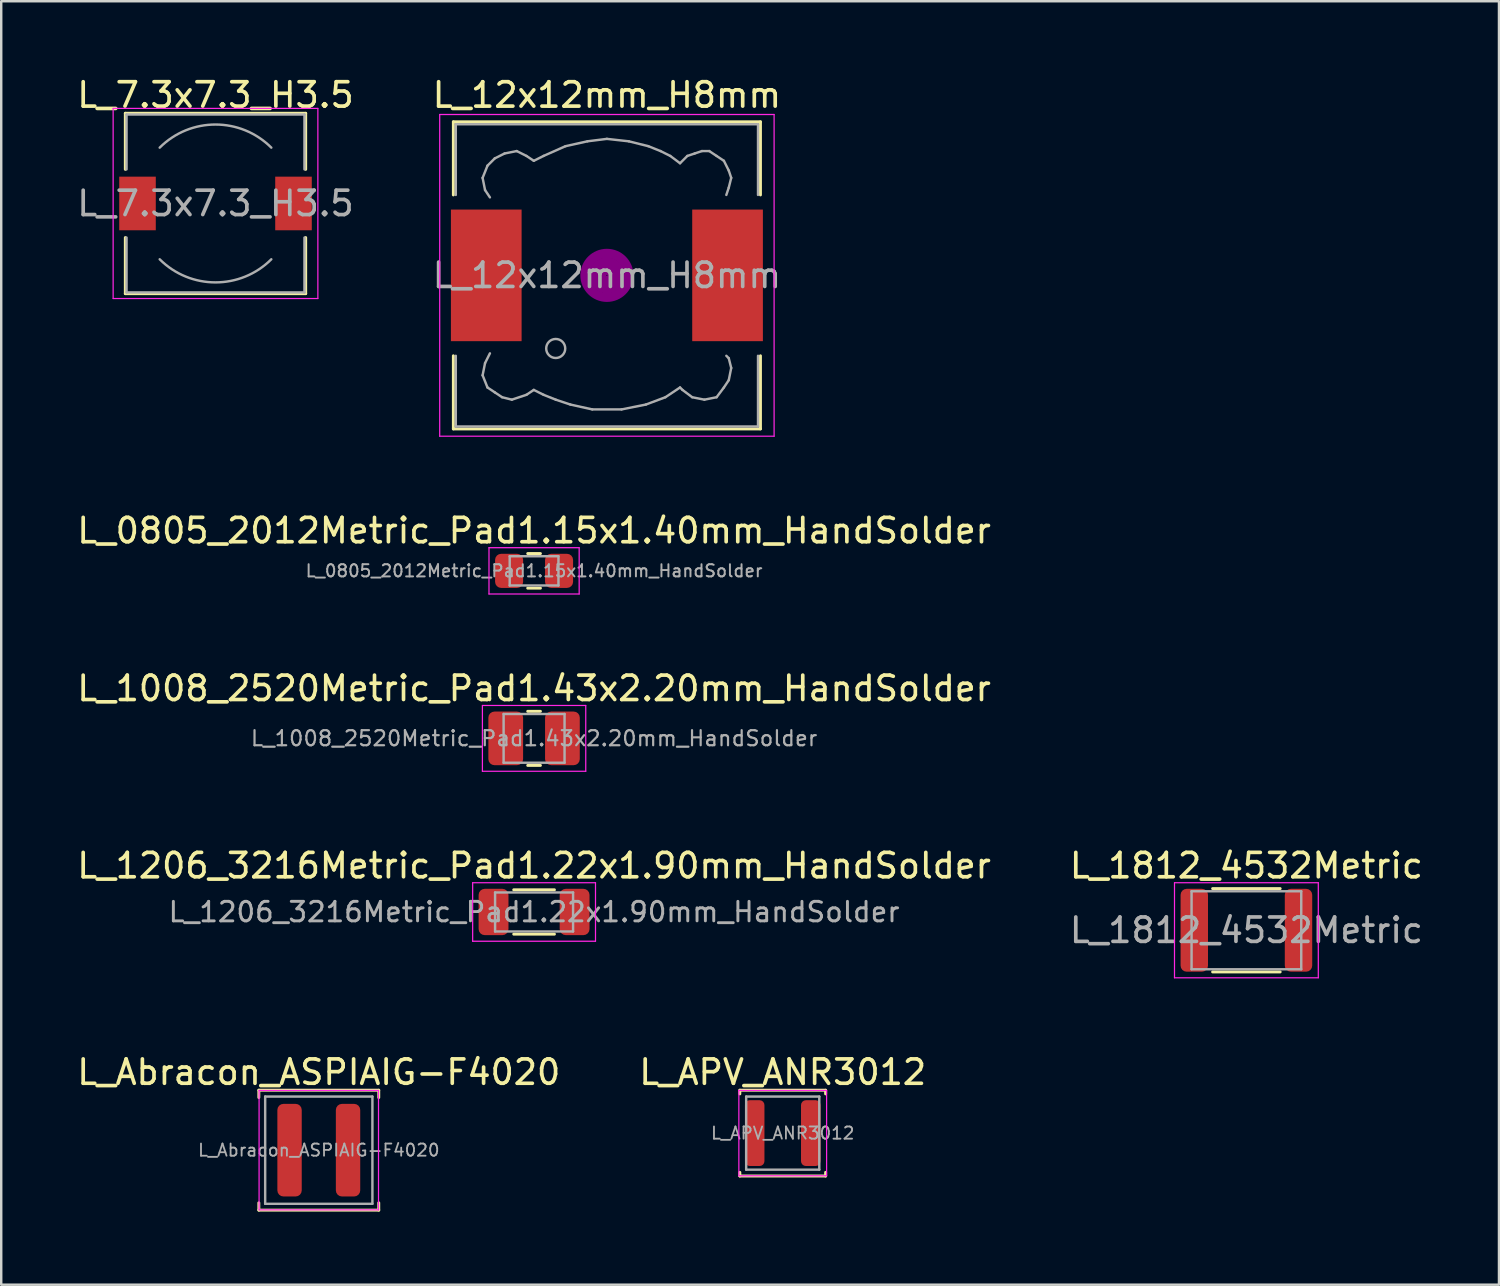
<source format=kicad_pcb>
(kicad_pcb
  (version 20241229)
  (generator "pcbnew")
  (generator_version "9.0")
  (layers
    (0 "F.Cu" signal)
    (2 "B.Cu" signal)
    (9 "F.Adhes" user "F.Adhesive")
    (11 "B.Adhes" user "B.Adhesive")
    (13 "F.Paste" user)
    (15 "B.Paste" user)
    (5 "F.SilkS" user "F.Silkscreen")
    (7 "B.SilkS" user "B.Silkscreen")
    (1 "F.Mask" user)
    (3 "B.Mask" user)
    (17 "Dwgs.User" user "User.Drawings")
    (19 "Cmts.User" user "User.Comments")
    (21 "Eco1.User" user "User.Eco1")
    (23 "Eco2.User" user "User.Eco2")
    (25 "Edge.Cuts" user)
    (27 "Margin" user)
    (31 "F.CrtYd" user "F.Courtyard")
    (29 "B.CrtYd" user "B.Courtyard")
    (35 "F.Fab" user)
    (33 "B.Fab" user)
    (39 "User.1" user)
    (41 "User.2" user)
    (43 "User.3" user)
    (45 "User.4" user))
  (footprint "L_Abracon_ASPIAIG-F4020"
    (layer "F.Cu")
    (at 10.03 44.141)
    (property "Reference" "L_Abracon_ASPIAIG-F4020" (at 0 -3.2 0) (layer "F.SilkS") (effects (font (size 1 1) (thickness 0.15))))
    (attr smd)
    (fp_line (start -2.46 -2.46) (end -2.46 -2.16) (stroke (width 0.12) (type solid)) (layer "F.SilkS"))
    (fp_line (start -2.46 -2.46) (end 2.46 -2.46) (stroke (width 0.12) (type solid)) (layer "F.SilkS"))
    (fp_line (start -2.46 2.46) (end -2.46 2.16) (stroke (width 0.12) (type solid)) (layer "F.SilkS"))
    (fp_line (start -2.46 2.46) (end 2.46 2.46) (stroke (width 0.12) (type solid)) (layer "F.SilkS"))
    (fp_line (start 2.46 -2.46) (end 2.46 -2.16) (stroke (width 0.12) (type solid)) (layer "F.SilkS"))
    (fp_line (start 2.46 2.46) (end 2.46 2.16) (stroke (width 0.12) (type solid)) (layer "F.SilkS"))
    (fp_line (start -2.45 -2.45) (end -2.45 2.45) (stroke (width 0.05) (type solid)) (layer "F.CrtYd"))
    (fp_line (start -2.45 2.45) (end 2.45 2.45) (stroke (width 0.05) (type solid)) (layer "F.CrtYd"))
    (fp_line (start 2.45 -2.45) (end -2.45 -2.45) (stroke (width 0.05) (type solid)) (layer "F.CrtYd"))
    (fp_line (start 2.45 2.45) (end 2.45 -2.45) (stroke (width 0.05) (type solid)) (layer "F.CrtYd"))
    (fp_line (start -2.2 -2.2) (end -2.2 2.2) (stroke (width 0.1) (type solid)) (layer "F.Fab"))
    (fp_line (start -2.2 2.2) (end 2.2 2.2) (stroke (width 0.1) (type solid)) (layer "F.Fab"))
    (fp_line (start 2.2 -2.2) (end -2.2 -2.2) (stroke (width 0.1) (type solid)) (layer "F.Fab"))
    (fp_line (start 2.2 2.2) (end 2.2 -2.2) (stroke (width 0.1) (type solid)) (layer "F.Fab"))
    (fp_text user "${REFERENCE}" (at 0 0 0) (layer "F.Fab") (effects (font (size 0.5 0.5) (thickness 0.075))))
    (pad "1" smd roundrect (at -1.2 0) (size 1 3.8) (layers "F.Cu" "F.Mask" "F.Paste") (roundrect_rratio 0.25))
    (pad "2" smd roundrect (at 1.2 0) (size 1 3.8) (layers "F.Cu" "F.Mask" "F.Paste") (roundrect_rratio 0.25)))
  (footprint "L_12x12mm_H8mm"
    (layer "F.Cu")
    (at 21.851 8.248)
    (property "Reference" "L_12x12mm_H8mm" (at 0 -7.4 0) (layer "F.SilkS") (effects (font (size 1 1) (thickness 0.15))))
    (attr smd)
    (fp_line (start -6.3 -6.3) (end 6.3 -6.3) (stroke (width 0.12) (type solid)) (layer "F.SilkS"))
    (fp_line (start -6.3 -3.3) (end -6.3 -6.3) (stroke (width 0.12) (type solid)) (layer "F.SilkS"))
    (fp_line (start -6.3 6.3) (end -6.3 3.3) (stroke (width 0.12) (type solid)) (layer "F.SilkS"))
    (fp_line (start 6.3 -6.3) (end 6.3 -3.3) (stroke (width 0.12) (type solid)) (layer "F.SilkS"))
    (fp_line (start 6.3 3.3) (end 6.3 6.3) (stroke (width 0.12) (type solid)) (layer "F.SilkS"))
    (fp_line (start 6.3 6.3) (end -6.3 6.3) (stroke (width 0.12) (type solid)) (layer "F.SilkS"))
    (fp_circle (center 0 0) (end 0.15 0.15) (stroke (width 0.38) (type solid)) (fill no) (layer "F.Adhes"))
    (fp_circle (center 0 0) (end 0.55 0) (stroke (width 0.38) (type solid)) (fill no) (layer "F.Adhes"))
    (fp_circle (center 0 0) (end 0.9 0) (stroke (width 0.38) (type solid)) (fill no) (layer "F.Adhes"))
    (fp_line (start -6.86 -6.6) (end 6.86 -6.6) (stroke (width 0.05) (type solid)) (layer "F.CrtYd"))
    (fp_line (start -6.86 6.6) (end -6.86 -6.6) (stroke (width 0.05) (type solid)) (layer "F.CrtYd"))
    (fp_line (start 6.86 -6.6) (end 6.86 6.6) (stroke (width 0.05) (type solid)) (layer "F.CrtYd"))
    (fp_line (start 6.86 6.6) (end -6.86 6.6) (stroke (width 0.05) (type solid)) (layer "F.CrtYd"))
    (fp_line (start -6.2 -6.2) (end -6.2 -3.3) (stroke (width 0.1) (type solid)) (layer "F.Fab"))
    (fp_line (start -6.2 3.3) (end -6.2 6.2) (stroke (width 0.1) (type solid)) (layer "F.Fab"))
    (fp_line (start -6.2 6.2) (end 6.2 6.2) (stroke (width 0.1) (type solid)) (layer "F.Fab"))
    (fp_line (start -5.1 -4) (end -5 -3.5) (stroke (width 0.1) (type solid)) (layer "F.Fab"))
    (fp_line (start -5.1 4.1) (end -5 3.6) (stroke (width 0.1) (type solid)) (layer "F.Fab"))
    (fp_line (start -5 -3.5) (end -4.8 -3.2) (stroke (width 0.1) (type solid)) (layer "F.Fab"))
    (fp_line (start -5 3.6) (end -4.8 3.2) (stroke (width 0.1) (type solid)) (layer "F.Fab"))
    (fp_line (start -4.9 -4.5) (end -5.1 -4) (stroke (width 0.1) (type solid)) (layer "F.Fab"))
    (fp_line (start -4.9 4.6) (end -5.1 4.1) (stroke (width 0.1) (type solid)) (layer "F.Fab"))
    (fp_line (start -4.6 -4.8) (end -4.9 -4.5) (stroke (width 0.1) (type solid)) (layer "F.Fab"))
    (fp_line (start -4.6 4.8) (end -4.9 4.6) (stroke (width 0.1) (type solid)) (layer "F.Fab"))
    (fp_line (start -4.3 5) (end -4.6 4.8) (stroke (width 0.1) (type solid)) (layer "F.Fab"))
    (fp_line (start -4.2 -5) (end -4.6 -4.8) (stroke (width 0.1) (type solid)) (layer "F.Fab"))
    (fp_line (start -3.9 5.1) (end -4.3 5) (stroke (width 0.1) (type solid)) (layer "F.Fab"))
    (fp_line (start -3.7 -5.1) (end -4.2 -5) (stroke (width 0.1) (type solid)) (layer "F.Fab"))
    (fp_line (start -3.3 -4.9) (end -3.7 -5.1) (stroke (width 0.1) (type solid)) (layer "F.Fab"))
    (fp_line (start -3.3 4.9) (end -3.9 5.1) (stroke (width 0.1) (type solid)) (layer "F.Fab"))
    (fp_line (start -3 -4.7) (end -3.3 -4.9) (stroke (width 0.1) (type solid)) (layer "F.Fab"))
    (fp_line (start -3 4.7) (end -3.3 4.9) (stroke (width 0.1) (type solid)) (layer "F.Fab"))
    (fp_line (start -2.6 -4.9) (end -3 -4.7) (stroke (width 0.1) (type solid)) (layer "F.Fab"))
    (fp_line (start -2.6 4.9) (end -3 4.7) (stroke (width 0.1) (type solid)) (layer "F.Fab"))
    (fp_line (start -2.1 5.1) (end -2.6 4.9) (stroke (width 0.1) (type solid)) (layer "F.Fab"))
    (fp_line (start -1.7 -5.3) (end -2.6 -4.9) (stroke (width 0.1) (type solid)) (layer "F.Fab"))
    (fp_line (start -1.5 5.3) (end -2.1 5.1) (stroke (width 0.1) (type solid)) (layer "F.Fab"))
    (fp_line (start -0.8 -5.5) (end -1.7 -5.3) (stroke (width 0.1) (type solid)) (layer "F.Fab"))
    (fp_line (start -0.6 5.5) (end -1.5 5.3) (stroke (width 0.1) (type solid)) (layer "F.Fab"))
    (fp_line (start 0 -5.6) (end -0.8 -5.5) (stroke (width 0.1) (type solid)) (layer "F.Fab"))
    (fp_line (start 0.6 5.5) (end -0.6 5.5) (stroke (width 0.1) (type solid)) (layer "F.Fab"))
    (fp_line (start 0.9 -5.5) (end 0 -5.6) (stroke (width 0.1) (type solid)) (layer "F.Fab"))
    (fp_line (start 1.6 5.3) (end 0.6 5.5) (stroke (width 0.1) (type solid)) (layer "F.Fab"))
    (fp_line (start 1.7 -5.3) (end 0.9 -5.5) (stroke (width 0.1) (type solid)) (layer "F.Fab"))
    (fp_line (start 2.2 -5.1) (end 1.7 -5.3) (stroke (width 0.1) (type solid)) (layer "F.Fab"))
    (fp_line (start 2.4 5) (end 1.6 5.3) (stroke (width 0.1) (type solid)) (layer "F.Fab"))
    (fp_line (start 2.6 -4.9) (end 2.2 -5.1) (stroke (width 0.1) (type solid)) (layer "F.Fab"))
    (fp_line (start 3 -4.6) (end 2.6 -4.9) (stroke (width 0.1) (type solid)) (layer "F.Fab"))
    (fp_line (start 3 4.6) (end 2.4 5) (stroke (width 0.1) (type solid)) (layer "F.Fab"))
    (fp_line (start 3.1 4.7) (end 3 4.6) (stroke (width 0.1) (type solid)) (layer "F.Fab"))
    (fp_line (start 3.3 -4.9) (end 3 -4.6) (stroke (width 0.1) (type solid)) (layer "F.Fab"))
    (fp_line (start 3.5 5) (end 3.1 4.7) (stroke (width 0.1) (type solid)) (layer "F.Fab"))
    (fp_line (start 3.6 -5) (end 3.3 -4.9) (stroke (width 0.1) (type solid)) (layer "F.Fab"))
    (fp_line (start 3.9 -5.1) (end 3.6 -5) (stroke (width 0.1) (type solid)) (layer "F.Fab"))
    (fp_line (start 4 5.1) (end 3.5 5) (stroke (width 0.1) (type solid)) (layer "F.Fab"))
    (fp_line (start 4.2 -5.1) (end 3.9 -5.1) (stroke (width 0.1) (type solid)) (layer "F.Fab"))
    (fp_line (start 4.5 -4.9) (end 4.2 -5.1) (stroke (width 0.1) (type solid)) (layer "F.Fab"))
    (fp_line (start 4.5 5) (end 4 5.1) (stroke (width 0.1) (type solid)) (layer "F.Fab"))
    (fp_line (start 4.8 -4.7) (end 4.5 -4.9) (stroke (width 0.1) (type solid)) (layer "F.Fab"))
    (fp_line (start 4.8 4.6) (end 4.5 5) (stroke (width 0.1) (type solid)) (layer "F.Fab"))
    (fp_line (start 4.9 -3.3) (end 5 -3.6) (stroke (width 0.1) (type solid)) (layer "F.Fab"))
    (fp_line (start 4.9 3.3) (end 5 3.4) (stroke (width 0.1) (type solid)) (layer "F.Fab"))
    (fp_line (start 5 -4.3) (end 4.8 -4.7) (stroke (width 0.1) (type solid)) (layer "F.Fab"))
    (fp_line (start 5 -3.6) (end 5.1 -4) (stroke (width 0.1) (type solid)) (layer "F.Fab"))
    (fp_line (start 5 3.4) (end 5.1 3.8) (stroke (width 0.1) (type solid)) (layer "F.Fab"))
    (fp_line (start 5 4.3) (end 4.8 4.6) (stroke (width 0.1) (type solid)) (layer "F.Fab"))
    (fp_line (start 5.1 -4) (end 5 -4.3) (stroke (width 0.1) (type solid)) (layer "F.Fab"))
    (fp_line (start 5.1 3.8) (end 5 4.3) (stroke (width 0.1) (type solid)) (layer "F.Fab"))
    (fp_line (start 6.2 -6.2) (end -6.2 -6.2) (stroke (width 0.1) (type solid)) (layer "F.Fab"))
    (fp_line (start 6.2 -6.2) (end 6.2 -3.3) (stroke (width 0.1) (type solid)) (layer "F.Fab"))
    (fp_line (start 6.2 6.2) (end 6.2 3.3) (stroke (width 0.1) (type solid)) (layer "F.Fab"))
    (fp_circle (center -2.1 3) (end -1.8 3.25) (stroke (width 0.1) (type solid)) (fill no) (layer "F.Fab"))
    (fp_text user "${REFERENCE}" (at 0 0 0) (layer "F.Fab") (effects (font (size 1 1) (thickness 0.15))))
    (pad "1" smd rect (at -4.95 0) (size 2.9 5.4) (layers "F.Cu" "F.Mask" "F.Paste"))
    (pad "2" smd rect (at 4.95 0) (size 2.9 5.4) (layers "F.Cu" "F.Mask" "F.Paste")))
  (footprint "L_7.3x7.3_H3.5"
    (layer "F.Cu")
    (at 5.792 5.298)
    (property "Reference" "L_7.3x7.3_H3.5" (at 0 -4.45 0) (layer "F.SilkS") (effects (font (size 1 1) (thickness 0.15))))
    (attr smd)
    (fp_line (start -3.7 -3.7) (end 3.7 -3.7) (stroke (width 0.12) (type solid)) (layer "F.SilkS"))
    (fp_line (start -3.7 -1.4) (end -3.7 -3.7) (stroke (width 0.12) (type solid)) (layer "F.SilkS"))
    (fp_line (start -3.7 3.7) (end -3.7 1.4) (stroke (width 0.12) (type solid)) (layer "F.SilkS"))
    (fp_line (start 3.7 -3.7) (end 3.7 -1.4) (stroke (width 0.12) (type solid)) (layer "F.SilkS"))
    (fp_line (start 3.7 1.4) (end 3.7 3.7) (stroke (width 0.12) (type solid)) (layer "F.SilkS"))
    (fp_line (start 3.7 3.7) (end -3.7 3.7) (stroke (width 0.12) (type solid)) (layer "F.SilkS"))
    (fp_line (start -4.2 -3.9) (end -4.2 3.9) (stroke (width 0.05) (type solid)) (layer "F.CrtYd"))
    (fp_line (start -4.2 3.9) (end 4.2 3.9) (stroke (width 0.05) (type solid)) (layer "F.CrtYd"))
    (fp_line (start 4.2 -3.9) (end -4.2 -3.9) (stroke (width 0.05) (type solid)) (layer "F.CrtYd"))
    (fp_line (start 4.2 3.9) (end 4.2 -3.9) (stroke (width 0.05) (type solid)) (layer "F.CrtYd"))
    (fp_line (start -3.65 -3.65) (end -3.65 -1.4) (stroke (width 0.1) (type solid)) (layer "F.Fab"))
    (fp_line (start -3.65 -3.65) (end 3.65 -3.65) (stroke (width 0.1) (type solid)) (layer "F.Fab"))
    (fp_line (start -3.65 3.65) (end -3.65 1.4) (stroke (width 0.1) (type solid)) (layer "F.Fab"))
    (fp_line (start 3.65 -3.65) (end 3.65 -1.4) (stroke (width 0.1) (type solid)) (layer "F.Fab"))
    (fp_line (start 3.65 3.65) (end -3.65 3.65) (stroke (width 0.1) (type solid)) (layer "F.Fab"))
    (fp_line (start 3.65 3.65) (end 3.65 1.4) (stroke (width 0.1) (type solid)) (layer "F.Fab"))
    (fp_arc (start -2.29 -2.29) (mid 0 -3.238549) (end 2.29 -2.29) (stroke (width 0.1) (type solid)) (layer "F.Fab"))
    (fp_arc (start 2.29 2.29) (mid 0 3.238549) (end -2.29 2.29) (stroke (width 0.1) (type solid)) (layer "F.Fab"))
    (fp_text user "${REFERENCE}" (at 0 0 0) (layer "F.Fab") (effects (font (size 1 1) (thickness 0.15))))
    (pad "1" smd rect (at -3.2 0) (size 1.5 2.2) (layers "F.Cu" "F.Mask" "F.Paste"))
    (pad "2" smd rect (at 3.2 0) (size 1.5 2.2) (layers "F.Cu" "F.Mask" "F.Paste")))
  (footprint "L_APV_ANR3012"
    (layer "F.Cu")
    (at 29.065 43.441)
    (property "Reference" "L_APV_ANR3012" (at 0 -2.5 0) (layer "F.SilkS") (effects (font (size 1 1) (thickness 0.15))))
    (attr smd)
    (fp_line (start -1.76 -1.76) (end -1.76 -1.61) (stroke (width 0.12) (type solid)) (layer "F.SilkS"))
    (fp_line (start -1.76 -1.76) (end 1.76 -1.76) (stroke (width 0.12) (type solid)) (layer "F.SilkS"))
    (fp_line (start -1.76 1.76) (end -1.76 1.61) (stroke (width 0.12) (type solid)) (layer "F.SilkS"))
    (fp_line (start -1.76 1.76) (end 1.76 1.76) (stroke (width 0.12) (type solid)) (layer "F.SilkS"))
    (fp_line (start 1.76 -1.76) (end 1.76 -1.61) (stroke (width 0.12) (type solid)) (layer "F.SilkS"))
    (fp_line (start 1.76 1.76) (end 1.76 1.61) (stroke (width 0.12) (type solid)) (layer "F.SilkS"))
    (fp_line (start -1.8 -1.75) (end -1.8 1.75) (stroke (width 0.05) (type solid)) (layer "F.CrtYd"))
    (fp_line (start -1.8 1.75) (end 1.8 1.75) (stroke (width 0.05) (type solid)) (layer "F.CrtYd"))
    (fp_line (start 1.8 -1.75) (end -1.8 -1.75) (stroke (width 0.05) (type solid)) (layer "F.CrtYd"))
    (fp_line (start 1.8 1.75) (end 1.8 -1.75) (stroke (width 0.05) (type solid)) (layer "F.CrtYd"))
    (fp_line (start -1.5 -1.5) (end -1.5 1.5) (stroke (width 0.1) (type solid)) (layer "F.Fab"))
    (fp_line (start -1.5 1.5) (end 1.5 1.5) (stroke (width 0.1) (type solid)) (layer "F.Fab"))
    (fp_line (start 1.5 -1.5) (end -1.5 -1.5) (stroke (width 0.1) (type solid)) (layer "F.Fab"))
    (fp_line (start 1.5 1.5) (end 1.5 -1.5) (stroke (width 0.1) (type solid)) (layer "F.Fab"))
    (fp_text user "${REFERENCE}" (at 0 0 0) (layer "F.Fab") (effects (font (size 0.5 0.5) (thickness 0.075))))
    (pad "1" smd roundrect (at -1.15 0) (size 0.8 2.7) (layers "F.Cu" "F.Mask" "F.Paste") (roundrect_rratio 0.25))
    (pad "2" smd roundrect (at 1.15 0) (size 0.8 2.7) (layers "F.Cu" "F.Mask" "F.Paste") (roundrect_rratio 0.25)))
  (footprint "L_1812_4532Metric"
    (layer "F.Cu")
    (at 48.089 35.118)
    (property "Reference" "L_1812_4532Metric" (at 0 -2.65 0) (layer "F.SilkS") (effects (font (size 1 1) (thickness 0.15))))
    (attr smd)
    (fp_line (start -1.386 -1.71) (end 1.386 -1.71) (stroke (width 0.12) (type solid)) (layer "F.SilkS"))
    (fp_line (start -1.386 1.71) (end 1.386 1.71) (stroke (width 0.12) (type solid)) (layer "F.SilkS"))
    (fp_line (start -2.95 -1.95) (end 2.95 -1.95) (stroke (width 0.05) (type solid)) (layer "F.CrtYd"))
    (fp_line (start -2.95 1.95) (end -2.95 -1.95) (stroke (width 0.05) (type solid)) (layer "F.CrtYd"))
    (fp_line (start 2.95 -1.95) (end 2.95 1.95) (stroke (width 0.05) (type solid)) (layer "F.CrtYd"))
    (fp_line (start 2.95 1.95) (end -2.95 1.95) (stroke (width 0.05) (type solid)) (layer "F.CrtYd"))
    (fp_line (start -2.25 -1.6) (end 2.25 -1.6) (stroke (width 0.1) (type solid)) (layer "F.Fab"))
    (fp_line (start -2.25 1.6) (end -2.25 -1.6) (stroke (width 0.1) (type solid)) (layer "F.Fab"))
    (fp_line (start 2.25 -1.6) (end 2.25 1.6) (stroke (width 0.1) (type solid)) (layer "F.Fab"))
    (fp_line (start 2.25 1.6) (end -2.25 1.6) (stroke (width 0.1) (type solid)) (layer "F.Fab"))
    (fp_text user "${REFERENCE}" (at 0 0 0) (layer "F.Fab") (effects (font (size 1 1) (thickness 0.15))))
    (pad "1" smd roundrect (at -2.138 0) (size 1.125 3.4) (layers "F.Cu" "F.Mask" "F.Paste") (roundrect_rratio 0.222))
    (pad "2" smd roundrect (at 2.138 0) (size 1.125 3.4) (layers "F.Cu" "F.Mask" "F.Paste") (roundrect_rratio 0.222)))
  (footprint "L_1206_3216Metric_Pad1.22x1.90mm_HandSolder"
    (layer "F.Cu")
    (at 18.863 34.368)
    (property "Reference" "L_1206_3216Metric_Pad1.22x1.90mm_HandSolder" (at 0 -1.9 0) (layer "F.SilkS") (effects (font (size 1 1) (thickness 0.15))))
    (attr smd)
    (fp_line (start -0.835 -0.91) (end 0.835 -0.91) (stroke (width 0.12) (type solid)) (layer "F.SilkS"))
    (fp_line (start -0.835 0.91) (end 0.835 0.91) (stroke (width 0.12) (type solid)) (layer "F.SilkS"))
    (fp_line (start -2.52 -1.2) (end 2.52 -1.2) (stroke (width 0.05) (type solid)) (layer "F.CrtYd"))
    (fp_line (start -2.52 1.2) (end -2.52 -1.2) (stroke (width 0.05) (type solid)) (layer "F.CrtYd"))
    (fp_line (start 2.52 -1.2) (end 2.52 1.2) (stroke (width 0.05) (type solid)) (layer "F.CrtYd"))
    (fp_line (start 2.52 1.2) (end -2.52 1.2) (stroke (width 0.05) (type solid)) (layer "F.CrtYd"))
    (fp_line (start -1.6 -0.8) (end 1.6 -0.8) (stroke (width 0.1) (type solid)) (layer "F.Fab"))
    (fp_line (start -1.6 0.8) (end -1.6 -0.8) (stroke (width 0.1) (type solid)) (layer "F.Fab"))
    (fp_line (start 1.6 -0.8) (end 1.6 0.8) (stroke (width 0.1) (type solid)) (layer "F.Fab"))
    (fp_line (start 1.6 0.8) (end -1.6 0.8) (stroke (width 0.1) (type solid)) (layer "F.Fab"))
    (fp_text user "${REFERENCE}" (at 0 0 0) (layer "F.Fab") (effects (font (size 0.8 0.8) (thickness 0.12))))
    (pad "1" smd roundrect (at -1.663 0) (size 1.225 1.9) (layers "F.Cu" "F.Mask" "F.Paste") (roundrect_rratio 0.204))
    (pad "2" smd roundrect (at 1.663 0) (size 1.225 1.9) (layers "F.Cu" "F.Mask" "F.Paste") (roundrect_rratio 0.204)))
  (footprint "L_1008_2520Metric_Pad1.43x2.20mm_HandSolder"
    (layer "F.Cu")
    (at 18.863 27.245)
    (property "Reference" "L_1008_2520Metric_Pad1.43x2.20mm_HandSolder" (at 0 -2.05 0) (layer "F.SilkS") (effects (font (size 1 1) (thickness 0.15))))
    (attr smd)
    (fp_line (start -0.261 -1.11) (end 0.261 -1.11) (stroke (width 0.12) (type solid)) (layer "F.SilkS"))
    (fp_line (start -0.261 1.11) (end 0.261 1.11) (stroke (width 0.12) (type solid)) (layer "F.SilkS"))
    (fp_line (start -2.12 -1.35) (end 2.12 -1.35) (stroke (width 0.05) (type solid)) (layer "F.CrtYd"))
    (fp_line (start -2.12 1.35) (end -2.12 -1.35) (stroke (width 0.05) (type solid)) (layer "F.CrtYd"))
    (fp_line (start 2.12 -1.35) (end 2.12 1.35) (stroke (width 0.05) (type solid)) (layer "F.CrtYd"))
    (fp_line (start 2.12 1.35) (end -2.12 1.35) (stroke (width 0.05) (type solid)) (layer "F.CrtYd"))
    (fp_line (start -1.25 -1) (end 1.25 -1) (stroke (width 0.1) (type solid)) (layer "F.Fab"))
    (fp_line (start -1.25 1) (end -1.25 -1) (stroke (width 0.1) (type solid)) (layer "F.Fab"))
    (fp_line (start 1.25 -1) (end 1.25 1) (stroke (width 0.1) (type solid)) (layer "F.Fab"))
    (fp_line (start 1.25 1) (end -1.25 1) (stroke (width 0.1) (type solid)) (layer "F.Fab"))
    (fp_text user "${REFERENCE}" (at 0 0 0) (layer "F.Fab") (effects (font (size 0.62 0.62) (thickness 0.09))))
    (pad "1" smd roundrect (at -1.163 0) (size 1.425 2.2) (layers "F.Cu" "F.Mask" "F.Paste") (roundrect_rratio 0.175))
    (pad "2" smd roundrect (at 1.163 0) (size 1.425 2.2) (layers "F.Cu" "F.Mask" "F.Paste") (roundrect_rratio 0.175)))
  (footprint "L_0805_2012Metric_Pad1.15x1.40mm_HandSolder"
    (layer "F.Cu")
    (at 18.863 20.372)
    (property "Reference" "L_0805_2012Metric_Pad1.15x1.40mm_HandSolder" (at 0 -1.65 0) (layer "F.SilkS") (effects (font (size 1 1) (thickness 0.15))))
    (attr smd)
    (fp_line (start -0.261 -0.71) (end 0.261 -0.71) (stroke (width 0.12) (type solid)) (layer "F.SilkS"))
    (fp_line (start -0.261 0.71) (end 0.261 0.71) (stroke (width 0.12) (type solid)) (layer "F.SilkS"))
    (fp_line (start -1.85 -0.95) (end 1.85 -0.95) (stroke (width 0.05) (type solid)) (layer "F.CrtYd"))
    (fp_line (start -1.85 0.95) (end -1.85 -0.95) (stroke (width 0.05) (type solid)) (layer "F.CrtYd"))
    (fp_line (start 1.85 -0.95) (end 1.85 0.95) (stroke (width 0.05) (type solid)) (layer "F.CrtYd"))
    (fp_line (start 1.85 0.95) (end -1.85 0.95) (stroke (width 0.05) (type solid)) (layer "F.CrtYd"))
    (fp_line (start -1 -0.6) (end 1 -0.6) (stroke (width 0.1) (type solid)) (layer "F.Fab"))
    (fp_line (start -1 0.6) (end -1 -0.6) (stroke (width 0.1) (type solid)) (layer "F.Fab"))
    (fp_line (start 1 -0.6) (end 1 0.6) (stroke (width 0.1) (type solid)) (layer "F.Fab"))
    (fp_line (start 1 0.6) (end -1 0.6) (stroke (width 0.1) (type solid)) (layer "F.Fab"))
    (fp_text user "${REFERENCE}" (at 0 0 0) (layer "F.Fab") (effects (font (size 0.5 0.5) (thickness 0.08))))
    (pad "1" smd roundrect (at -1.025 0) (size 1.15 1.4) (layers "F.Cu" "F.Mask" "F.Paste") (roundrect_rratio 0.217))
    (pad "2" smd roundrect (at 1.025 0) (size 1.15 1.4) (layers "F.Cu" "F.Mask" "F.Paste") (roundrect_rratio 0.217)))
  (gr_rect
    (start -3 -3)
    (end 58.452 49.661)
    (stroke (width 0.1) (type default))
    (fill no)
    (layer "Edge.Cuts")))
</source>
